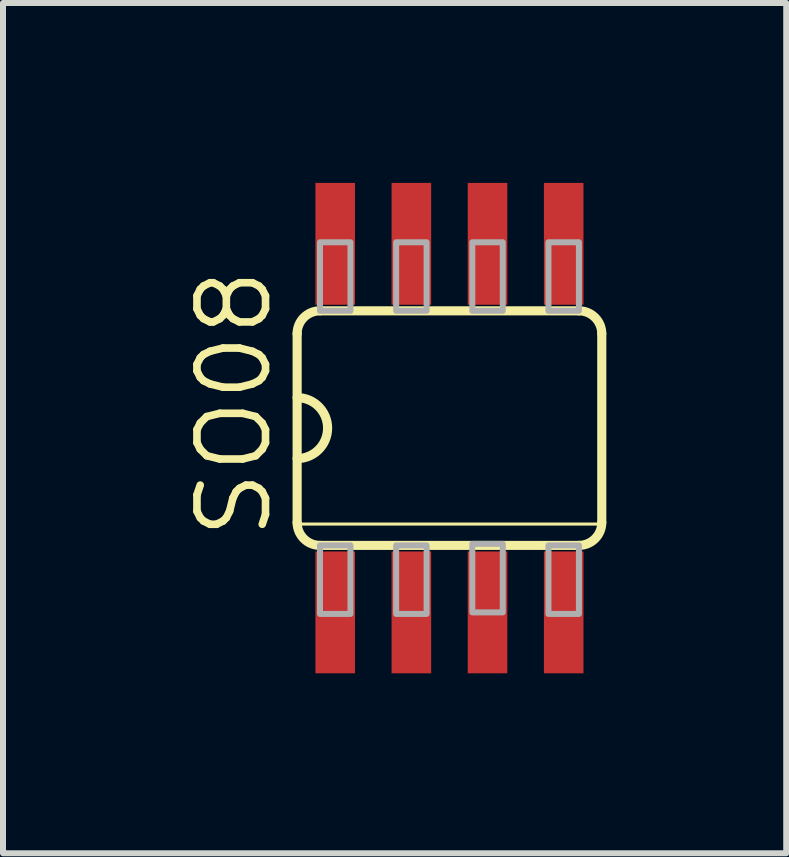
<source format=kicad_pcb>
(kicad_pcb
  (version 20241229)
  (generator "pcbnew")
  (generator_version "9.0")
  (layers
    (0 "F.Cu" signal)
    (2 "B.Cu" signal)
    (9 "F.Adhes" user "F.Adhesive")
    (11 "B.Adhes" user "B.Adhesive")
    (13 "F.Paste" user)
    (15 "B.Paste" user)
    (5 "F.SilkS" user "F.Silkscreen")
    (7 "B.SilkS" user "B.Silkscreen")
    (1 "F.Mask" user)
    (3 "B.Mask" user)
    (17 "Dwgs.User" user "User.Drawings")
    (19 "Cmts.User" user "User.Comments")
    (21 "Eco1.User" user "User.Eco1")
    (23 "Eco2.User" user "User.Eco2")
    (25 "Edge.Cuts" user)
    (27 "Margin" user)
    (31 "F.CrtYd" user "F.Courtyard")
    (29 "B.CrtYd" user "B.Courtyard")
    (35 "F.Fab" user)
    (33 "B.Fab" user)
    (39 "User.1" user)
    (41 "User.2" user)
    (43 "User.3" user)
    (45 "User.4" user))
  (footprint "SO08"
    (layer "F.Cu")
    (at 4.445 4.089)
    (property "Reference" "SO08" (at -2.921 1.905 90) (layer "F.SilkS") (effects (font (size 1.143 1.143) (thickness 0.127)) (justify left bottom)))
    (fp_line (start -2.54 -1.575) (end -2.54 1.575) (stroke (width 0.152) (type solid)) (layer "F.SilkS"))
    (fp_line (start -2.54 1.6) (end 2.54 1.6) (stroke (width 0.051) (type solid)) (layer "F.SilkS"))
    (fp_line (start -2.159 1.956) (end 2.159 1.956) (stroke (width 0.152) (type solid)) (layer "F.SilkS"))
    (fp_line (start 2.159 -1.956) (end -2.159 -1.956) (stroke (width 0.152) (type solid)) (layer "F.SilkS"))
    (fp_line (start 2.54 1.575) (end 2.54 -1.575) (stroke (width 0.152) (type solid)) (layer "F.SilkS"))
    (fp_arc (start -2.54 -1.5748) (mid -2.428408 -1.844208) (end -2.159 -1.9558) (stroke (width 0.1524) (type solid)) (layer "F.SilkS"))
    (fp_arc (start -2.54 -0.508) (mid -2.032 0) (end -2.54 0.508) (stroke (width 0.1524) (type solid)) (layer "F.SilkS"))
    (fp_arc (start -2.159 1.9558) (mid -2.428408 1.844208) (end -2.54 1.5748) (stroke (width 0.1524) (type solid)) (layer "F.SilkS"))
    (fp_arc (start 2.159 -1.9558) (mid 2.428408 -1.844208) (end 2.54 -1.5748) (stroke (width 0.1524) (type solid)) (layer "F.SilkS"))
    (fp_arc (start 2.54 1.5748) (mid 2.428408 1.844208) (end 2.159 1.9558) (stroke (width 0.1524) (type solid)) (layer "F.SilkS"))
    (fp_poly (pts (xy -2.159 -1.956) (xy -1.651 -1.956) (xy -1.651 -3.099) (xy -2.159 -3.099)) (stroke (width 0.1) (type solid)) (fill no) (layer "F.Fab"))
    (fp_poly (pts (xy -2.159 3.099) (xy -1.651 3.099) (xy -1.651 1.956) (xy -2.159 1.956)) (stroke (width 0.1) (type solid)) (fill no) (layer "F.Fab"))
    (fp_poly (pts (xy -0.889 -1.956) (xy -0.381 -1.956) (xy -0.381 -3.099) (xy -0.889 -3.099)) (stroke (width 0.1) (type solid)) (fill no) (layer "F.Fab"))
    (fp_poly (pts (xy -0.889 3.099) (xy -0.381 3.099) (xy -0.381 1.956) (xy -0.889 1.956)) (stroke (width 0.1) (type solid)) (fill no) (layer "F.Fab"))
    (fp_poly (pts (xy 0.381 -1.956) (xy 0.889 -1.956) (xy 0.889 -3.099) (xy 0.381 -3.099)) (stroke (width 0.1) (type solid)) (fill no) (layer "F.Fab"))
    (fp_poly (pts (xy 0.381 3.073) (xy 0.889 3.073) (xy 0.889 1.93) (xy 0.381 1.93)) (stroke (width 0.1) (type solid)) (fill no) (layer "F.Fab"))
    (fp_poly (pts (xy 1.651 -1.956) (xy 2.159 -1.956) (xy 2.159 -3.099) (xy 1.651 -3.099)) (stroke (width 0.1) (type solid)) (fill no) (layer "F.Fab"))
    (fp_poly (pts (xy 1.651 3.099) (xy 2.159 3.099) (xy 2.159 1.956) (xy 1.651 1.956)) (stroke (width 0.1) (type solid)) (fill no) (layer "F.Fab"))
    (pad "1" smd rect (at -1.905 3.073) (size 0.66 2.032) (layers "F.Cu" "F.Mask" "F.Paste"))
    (pad "2" smd rect (at -0.635 3.073) (size 0.66 2.032) (layers "F.Cu" "F.Mask" "F.Paste"))
    (pad "3" smd rect (at 0.635 3.073) (size 0.66 2.032) (layers "F.Cu" "F.Mask" "F.Paste"))
    (pad "4" smd rect (at 1.905 3.073) (size 0.66 2.032) (layers "F.Cu" "F.Mask" "F.Paste"))
    (pad "5" smd rect (at 1.905 -3.073) (size 0.66 2.032) (layers "F.Cu" "F.Mask" "F.Paste"))
    (pad "6" smd rect (at 0.635 -3.073) (size 0.66 2.032) (layers "F.Cu" "F.Mask" "F.Paste"))
    (pad "7" smd rect (at -0.635 -3.073) (size 0.66 2.032) (layers "F.Cu" "F.Mask" "F.Paste"))
    (pad "8" smd rect (at -1.905 -3.073) (size 0.66 2.032) (layers "F.Cu" "F.Mask" "F.Paste")))
  (gr_rect
    (start -3 -3)
    (end 10.061 11.179)
    (stroke (width 0.1) (type default))
    (fill no)
    (layer "Edge.Cuts")))
</source>
